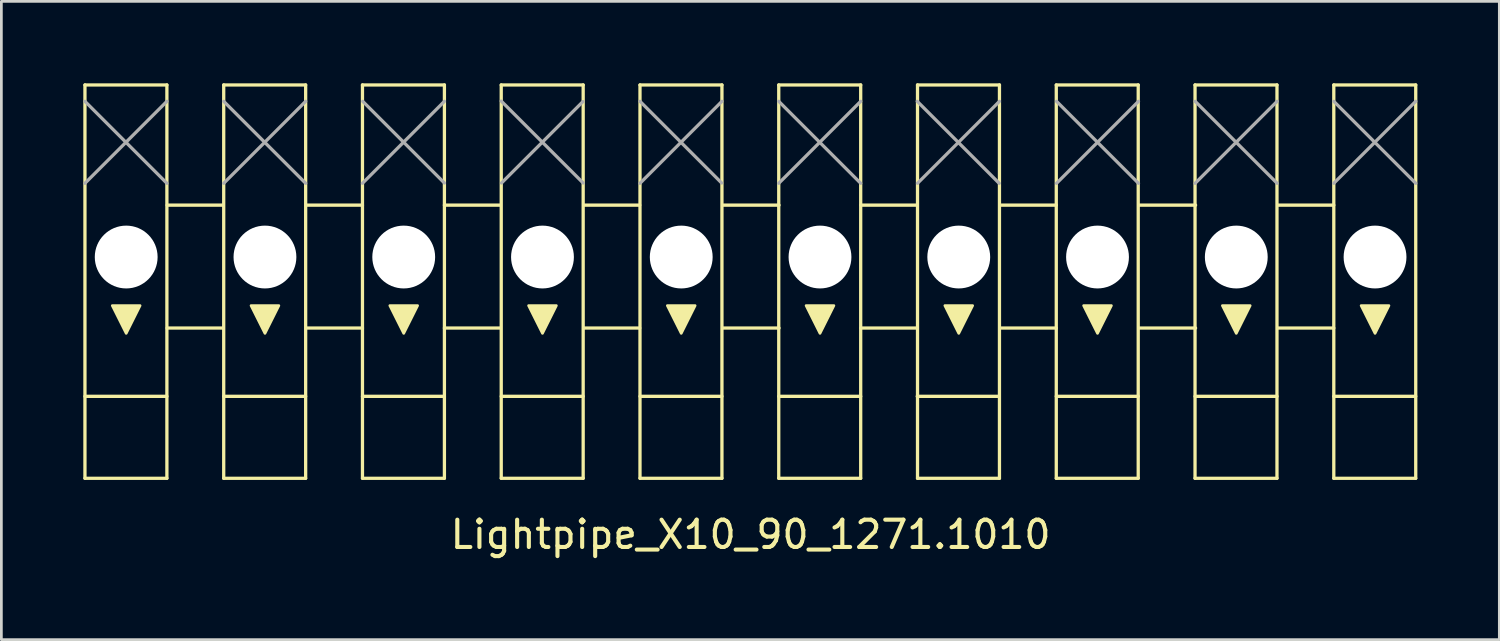
<source format=kicad_pcb>
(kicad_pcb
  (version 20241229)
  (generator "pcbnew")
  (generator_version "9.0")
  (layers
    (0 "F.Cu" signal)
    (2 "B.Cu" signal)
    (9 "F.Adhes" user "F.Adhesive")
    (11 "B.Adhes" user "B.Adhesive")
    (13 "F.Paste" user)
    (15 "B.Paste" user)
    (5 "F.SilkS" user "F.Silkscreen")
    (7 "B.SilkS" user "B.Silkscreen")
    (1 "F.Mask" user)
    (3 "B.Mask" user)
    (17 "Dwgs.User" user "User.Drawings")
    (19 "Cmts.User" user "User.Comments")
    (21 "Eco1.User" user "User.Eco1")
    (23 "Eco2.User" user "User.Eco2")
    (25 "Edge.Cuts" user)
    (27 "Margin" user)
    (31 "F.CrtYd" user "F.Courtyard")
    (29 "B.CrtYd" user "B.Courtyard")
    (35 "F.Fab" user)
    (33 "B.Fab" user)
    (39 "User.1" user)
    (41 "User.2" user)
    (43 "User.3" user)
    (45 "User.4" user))
  (footprint "Lightpipe_X10_90_1271.1010"
    (layer "F.Cu")
    (at 24.43 6.36)
    (property "Reference" "Lightpipe_X10_90_1271.1010" (at 0 10.16 0) (layer "F.SilkS") (effects (font (size 1 1) (thickness 0.15))))
    (attr through_hole)
    (fp_line (start -24.37 -6.3) (end -24.37 8.1) (stroke (width 0.12) (type solid)) (layer "F.SilkS"))
    (fp_line (start -24.37 8.1) (end -21.37 8.1) (stroke (width 0.12) (type solid)) (layer "F.SilkS"))
    (fp_line (start -21.37 -6.3) (end -24.37 -6.3) (stroke (width 0.12) (type solid)) (layer "F.SilkS"))
    (fp_line (start -21.37 5.1) (end -24.37 5.1) (stroke (width 0.12) (type solid)) (layer "F.SilkS"))
    (fp_line (start -21.37 8.1) (end -21.37 -6.3) (stroke (width 0.12) (type solid)) (layer "F.SilkS"))
    (fp_line (start -19.31 -1.9) (end -21.36 -1.9) (stroke (width 0.12) (type solid)) (layer "F.SilkS"))
    (fp_line (start -19.31 2.6) (end -21.36 2.6) (stroke (width 0.12) (type solid)) (layer "F.SilkS"))
    (fp_line (start -19.29 -6.3) (end -19.29 8.1) (stroke (width 0.12) (type solid)) (layer "F.SilkS"))
    (fp_line (start -19.29 8.1) (end -16.29 8.1) (stroke (width 0.12) (type solid)) (layer "F.SilkS"))
    (fp_line (start -16.29 -6.3) (end -19.29 -6.3) (stroke (width 0.12) (type solid)) (layer "F.SilkS"))
    (fp_line (start -16.29 5.1) (end -19.29 5.1) (stroke (width 0.12) (type solid)) (layer "F.SilkS"))
    (fp_line (start -16.29 8.1) (end -16.29 -6.3) (stroke (width 0.12) (type solid)) (layer "F.SilkS"))
    (fp_line (start -14.21 -6.3) (end -14.21 8.1) (stroke (width 0.12) (type solid)) (layer "F.SilkS"))
    (fp_line (start -14.21 -1.9) (end -16.26 -1.9) (stroke (width 0.12) (type solid)) (layer "F.SilkS"))
    (fp_line (start -14.21 2.6) (end -16.26 2.6) (stroke (width 0.12) (type solid)) (layer "F.SilkS"))
    (fp_line (start -14.21 8.1) (end -11.21 8.1) (stroke (width 0.12) (type solid)) (layer "F.SilkS"))
    (fp_line (start -11.21 -6.3) (end -14.21 -6.3) (stroke (width 0.12) (type solid)) (layer "F.SilkS"))
    (fp_line (start -11.21 5.1) (end -14.21 5.1) (stroke (width 0.12) (type solid)) (layer "F.SilkS"))
    (fp_line (start -11.21 8.1) (end -11.21 -6.3) (stroke (width 0.12) (type solid)) (layer "F.SilkS"))
    (fp_line (start -9.16 -1.9) (end -11.21 -1.9) (stroke (width 0.12) (type solid)) (layer "F.SilkS"))
    (fp_line (start -9.16 2.6) (end -11.21 2.6) (stroke (width 0.12) (type solid)) (layer "F.SilkS"))
    (fp_line (start -9.13 -6.3) (end -9.13 8.1) (stroke (width 0.12) (type solid)) (layer "F.SilkS"))
    (fp_line (start -9.13 8.1) (end -6.13 8.1) (stroke (width 0.12) (type solid)) (layer "F.SilkS"))
    (fp_line (start -6.13 -6.3) (end -9.13 -6.3) (stroke (width 0.12) (type solid)) (layer "F.SilkS"))
    (fp_line (start -6.13 5.1) (end -9.13 5.1) (stroke (width 0.12) (type solid)) (layer "F.SilkS"))
    (fp_line (start -6.13 8.1) (end -6.13 -6.3) (stroke (width 0.12) (type solid)) (layer "F.SilkS"))
    (fp_line (start -4.06 -1.9) (end -6.11 -1.9) (stroke (width 0.12) (type solid)) (layer "F.SilkS"))
    (fp_line (start -4.06 2.6) (end -6.11 2.6) (stroke (width 0.12) (type solid)) (layer "F.SilkS"))
    (fp_line (start -4.05 -6.3) (end -4.05 8.1) (stroke (width 0.12) (type solid)) (layer "F.SilkS"))
    (fp_line (start -4.05 8.1) (end -1.05 8.1) (stroke (width 0.12) (type solid)) (layer "F.SilkS"))
    (fp_line (start -1.05 -6.3) (end -4.05 -6.3) (stroke (width 0.12) (type solid)) (layer "F.SilkS"))
    (fp_line (start -1.05 5.1) (end -4.05 5.1) (stroke (width 0.12) (type solid)) (layer "F.SilkS"))
    (fp_line (start -1.05 8.1) (end -1.05 -6.3) (stroke (width 0.12) (type solid)) (layer "F.SilkS"))
    (fp_line (start 1.03 -6.3) (end 1.03 8.1) (stroke (width 0.12) (type solid)) (layer "F.SilkS"))
    (fp_line (start 1.03 8.1) (end 4.03 8.1) (stroke (width 0.12) (type solid)) (layer "F.SilkS"))
    (fp_line (start 1.04 -1.9) (end -1.01 -1.9) (stroke (width 0.12) (type solid)) (layer "F.SilkS"))
    (fp_line (start 1.04 2.6) (end -1.01 2.6) (stroke (width 0.12) (type solid)) (layer "F.SilkS"))
    (fp_line (start 4.03 -6.3) (end 1.03 -6.3) (stroke (width 0.12) (type solid)) (layer "F.SilkS"))
    (fp_line (start 4.03 5.1) (end 1.03 5.1) (stroke (width 0.12) (type solid)) (layer "F.SilkS"))
    (fp_line (start 4.03 8.1) (end 4.03 -6.3) (stroke (width 0.12) (type solid)) (layer "F.SilkS"))
    (fp_line (start 6.09 -1.9) (end 4.04 -1.9) (stroke (width 0.12) (type solid)) (layer "F.SilkS"))
    (fp_line (start 6.09 2.6) (end 4.04 2.6) (stroke (width 0.12) (type solid)) (layer "F.SilkS"))
    (fp_line (start 6.11 -6.3) (end 6.11 8.1) (stroke (width 0.12) (type solid)) (layer "F.SilkS"))
    (fp_line (start 6.11 8.1) (end 9.11 8.1) (stroke (width 0.12) (type solid)) (layer "F.SilkS"))
    (fp_line (start 9.1 5.1) (end 6.1 5.1) (stroke (width 0.12) (type solid)) (layer "F.SilkS"))
    (fp_line (start 9.11 -6.3) (end 6.11 -6.3) (stroke (width 0.12) (type solid)) (layer "F.SilkS"))
    (fp_line (start 9.11 8.1) (end 9.11 -6.3) (stroke (width 0.12) (type solid)) (layer "F.SilkS"))
    (fp_line (start 11.19 -6.3) (end 11.19 8.1) (stroke (width 0.12) (type solid)) (layer "F.SilkS"))
    (fp_line (start 11.19 -1.9) (end 9.14 -1.9) (stroke (width 0.12) (type solid)) (layer "F.SilkS"))
    (fp_line (start 11.19 2.6) (end 9.14 2.6) (stroke (width 0.12) (type solid)) (layer "F.SilkS"))
    (fp_line (start 11.19 8.1) (end 14.19 8.1) (stroke (width 0.12) (type solid)) (layer "F.SilkS"))
    (fp_line (start 14.19 -6.3) (end 11.19 -6.3) (stroke (width 0.12) (type solid)) (layer "F.SilkS"))
    (fp_line (start 14.19 5.1) (end 11.19 5.1) (stroke (width 0.12) (type solid)) (layer "F.SilkS"))
    (fp_line (start 14.19 8.1) (end 14.19 -6.3) (stroke (width 0.12) (type solid)) (layer "F.SilkS"))
    (fp_line (start 16.27 -6.3) (end 16.27 8.1) (stroke (width 0.12) (type solid)) (layer "F.SilkS"))
    (fp_line (start 16.27 8.1) (end 19.27 8.1) (stroke (width 0.12) (type solid)) (layer "F.SilkS"))
    (fp_line (start 16.29 -1.9) (end 14.24 -1.9) (stroke (width 0.12) (type solid)) (layer "F.SilkS"))
    (fp_line (start 16.29 2.6) (end 14.24 2.6) (stroke (width 0.12) (type solid)) (layer "F.SilkS"))
    (fp_line (start 19.27 -6.3) (end 16.27 -6.3) (stroke (width 0.12) (type solid)) (layer "F.SilkS"))
    (fp_line (start 19.27 5.1) (end 16.27 5.1) (stroke (width 0.12) (type solid)) (layer "F.SilkS"))
    (fp_line (start 19.27 8.1) (end 19.27 -6.3) (stroke (width 0.12) (type solid)) (layer "F.SilkS"))
    (fp_line (start 21.35 -6.3) (end 21.35 8.1) (stroke (width 0.12) (type solid)) (layer "F.SilkS"))
    (fp_line (start 21.35 -1.9) (end 19.3 -1.9) (stroke (width 0.12) (type solid)) (layer "F.SilkS"))
    (fp_line (start 21.35 2.6) (end 19.3 2.6) (stroke (width 0.12) (type solid)) (layer "F.SilkS"))
    (fp_line (start 21.35 8.1) (end 24.35 8.1) (stroke (width 0.12) (type solid)) (layer "F.SilkS"))
    (fp_line (start 24.35 -6.3) (end 21.35 -6.3) (stroke (width 0.12) (type solid)) (layer "F.SilkS"))
    (fp_line (start 24.35 5.1) (end 21.35 5.1) (stroke (width 0.12) (type solid)) (layer "F.SilkS"))
    (fp_line (start 24.35 8.1) (end 24.35 -6.3) (stroke (width 0.12) (type solid)) (layer "F.SilkS"))
    (fp_poly (pts (xy -22.86 2.794) (xy -23.368 1.778) (xy -22.352 1.778)) (stroke (width 0.1) (type solid)) (fill yes) (layer "F.SilkS"))
    (fp_poly (pts (xy -17.78 2.794) (xy -18.288 1.778) (xy -17.272 1.778)) (stroke (width 0.1) (type solid)) (fill yes) (layer "F.SilkS"))
    (fp_poly (pts (xy -12.7 2.794) (xy -13.208 1.778) (xy -12.192 1.778)) (stroke (width 0.1) (type solid)) (fill yes) (layer "F.SilkS"))
    (fp_poly (pts (xy -7.62 2.794) (xy -8.128 1.778) (xy -7.112 1.778)) (stroke (width 0.1) (type solid)) (fill yes) (layer "F.SilkS"))
    (fp_poly (pts (xy -2.54 2.794) (xy -3.048 1.778) (xy -2.032 1.778)) (stroke (width 0.1) (type solid)) (fill yes) (layer "F.SilkS"))
    (fp_poly (pts (xy 2.54 2.794) (xy 2.032 1.778) (xy 3.048 1.778)) (stroke (width 0.1) (type solid)) (fill yes) (layer "F.SilkS"))
    (fp_poly (pts (xy 7.62 2.794) (xy 7.112 1.778) (xy 8.128 1.778)) (stroke (width 0.1) (type solid)) (fill yes) (layer "F.SilkS"))
    (fp_poly (pts (xy 12.7 2.794) (xy 12.192 1.778) (xy 13.208 1.778)) (stroke (width 0.1) (type solid)) (fill yes) (layer "F.SilkS"))
    (fp_poly (pts (xy 17.78 2.794) (xy 17.272 1.778) (xy 18.288 1.778)) (stroke (width 0.1) (type solid)) (fill yes) (layer "F.SilkS"))
    (fp_poly (pts (xy 22.86 2.794) (xy 22.352 1.778) (xy 23.368 1.778)) (stroke (width 0.1) (type solid)) (fill yes) (layer "F.SilkS"))
    (fp_line (start -24.37 -5.7) (end -21.37 -2.7) (stroke (width 0.12) (type solid)) (layer "F.Fab"))
    (fp_line (start -21.37 -5.7) (end -24.37 -2.7) (stroke (width 0.12) (type solid)) (layer "F.Fab"))
    (fp_line (start -19.29 -5.7) (end -16.29 -2.7) (stroke (width 0.12) (type solid)) (layer "F.Fab"))
    (fp_line (start -16.29 -5.7) (end -19.29 -2.7) (stroke (width 0.12) (type solid)) (layer "F.Fab"))
    (fp_line (start -14.2 -5.7) (end -11.21 -2.71) (stroke (width 0.12) (type solid)) (layer "F.Fab"))
    (fp_line (start -11.21 -5.7) (end -14.21 -2.7) (stroke (width 0.12) (type solid)) (layer "F.Fab"))
    (fp_line (start -9.13 -5.71) (end -6.13 -2.71) (stroke (width 0.12) (type solid)) (layer "F.Fab"))
    (fp_line (start -6.14 -5.69) (end -9.12 -2.71) (stroke (width 0.12) (type solid)) (layer "F.Fab"))
    (fp_line (start -4.05 -5.7) (end -1.06 -2.71) (stroke (width 0.12) (type solid)) (layer "F.Fab"))
    (fp_line (start -1.05 -5.7) (end -4.05 -2.7) (stroke (width 0.12) (type solid)) (layer "F.Fab"))
    (fp_line (start 1.03 -5.7) (end 4.03 -2.7) (stroke (width 0.12) (type solid)) (layer "F.Fab"))
    (fp_line (start 4.03 -5.7) (end 1.03 -2.7) (stroke (width 0.12) (type solid)) (layer "F.Fab"))
    (fp_line (start 6.1 -5.7) (end 9.1 -2.7) (stroke (width 0.12) (type solid)) (layer "F.Fab"))
    (fp_line (start 9.11 -5.7) (end 6.11 -2.7) (stroke (width 0.12) (type solid)) (layer "F.Fab"))
    (fp_line (start 11.2 -5.7) (end 14.2 -2.7) (stroke (width 0.12) (type solid)) (layer "F.Fab"))
    (fp_line (start 14.2 -5.7) (end 11.2 -2.7) (stroke (width 0.12) (type solid)) (layer "F.Fab"))
    (fp_line (start 16.275 -5.7) (end 19.275 -2.7) (stroke (width 0.12) (type solid)) (layer "F.Fab"))
    (fp_line (start 19.275 -5.7) (end 16.275 -2.7) (stroke (width 0.12) (type solid)) (layer "F.Fab"))
    (fp_line (start 22.85 -4.2) (end 21.35 -5.7) (stroke (width 0.12) (type solid)) (layer "F.Fab"))
    (fp_line (start 22.85 -4.2) (end 21.35 -2.7) (stroke (width 0.12) (type solid)) (layer "F.Fab"))
    (fp_line (start 22.85 -4.2) (end 24.35 -5.7) (stroke (width 0.12) (type solid)) (layer "F.Fab"))
    (fp_line (start 22.85 -4.2) (end 24.35 -2.7) (stroke (width 0.12) (type solid)) (layer "F.Fab"))
    (pad "" np_thru_hole circle (at -22.86 0) (size 2.3 2.3) (drill 2.3) (layers "*.Cu" "*.Mask"))
    (pad "" np_thru_hole circle (at -17.78 0) (size 2.3 2.3) (drill 2.3) (layers "*.Cu" "*.Mask"))
    (pad "" np_thru_hole circle (at -12.7 0) (size 2.3 2.3) (drill 2.3) (layers "*.Cu" "*.Mask"))
    (pad "" np_thru_hole circle (at -7.62 0) (size 2.3 2.3) (drill 2.3) (layers "*.Cu" "*.Mask"))
    (pad "" np_thru_hole circle (at -2.54 0) (size 2.3 2.3) (drill 2.3) (layers "*.Cu" "*.Mask"))
    (pad "" np_thru_hole circle (at 2.54 0) (size 2.3 2.3) (drill 2.3) (layers "*.Cu" "*.Mask"))
    (pad "" np_thru_hole circle (at 7.62 0) (size 2.3 2.3) (drill 2.3) (layers "*.Cu" "*.Mask"))
    (pad "" np_thru_hole circle (at 12.7 0) (size 2.3 2.3) (drill 2.3) (layers "*.Cu" "*.Mask"))
    (pad "" np_thru_hole circle (at 17.78 0) (size 2.3 2.3) (drill 2.3) (layers "*.Cu" "*.Mask"))
    (pad "" np_thru_hole circle (at 22.86 0) (size 2.3 2.3) (drill 2.3) (layers "*.Cu" "*.Mask")))
  (gr_rect
    (start -3 -3)
    (end 51.84 20.368)
    (stroke (width 0.1) (type default))
    (fill no)
    (layer "Edge.Cuts")))
</source>
